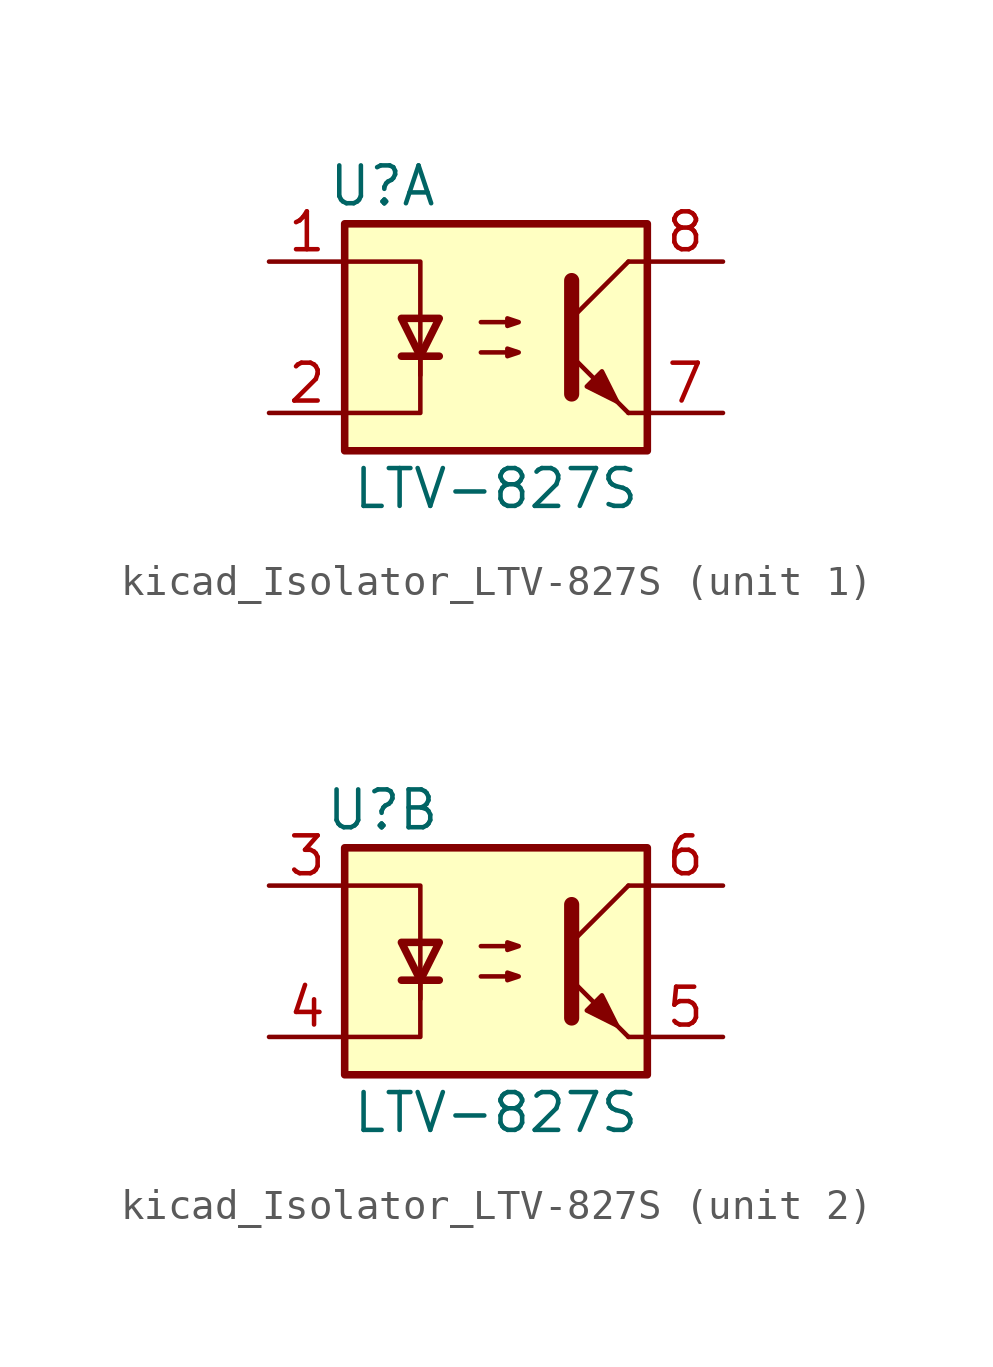
<source format=kicad_sym>
(kicad_symbol_lib
  (version 20220914)
  (generator kicad_symbol_editor)
  (symbol "kicad_Isolator_LTV-827S"
    (pin_names
      (offset 1.016))
    (property "Reference" "U"
      (at -3.81 5.08 0)
      (effects (font (size 1.27 1.27))))
    (property "Value" "LTV-827S"
      (at 0 -5.08 0)
      (effects (font (size 1.27 1.27))))
    (symbol "kicad_Isolator_LTV-827S_0_1"
      (rectangle (start -5.08 3.81) (end 5.08 -3.81) (stroke (width 0.254) (type default)) (fill (type background)))
      (polyline (pts (xy -3.175 -0.635) (xy -1.905 -0.635)) (stroke (width 0.254) (type default)) (fill (type none)))
      (polyline (pts (xy 2.54 0.635) (xy 4.445 2.54)) (stroke (width 0) (type default)) (fill (type none)))
      (polyline (pts (xy 4.445 -2.54) (xy 2.54 -0.635)) (stroke (width 0) (type default)) (fill (type outline)))
      (polyline (pts (xy 4.445 -2.54) (xy 5.08 -2.54)) (stroke (width 0) (type default)) (fill (type none)))
      (polyline (pts (xy 4.445 2.54) (xy 5.08 2.54)) (stroke (width 0) (type default)) (fill (type none)))
      (polyline (pts (xy -2.54 -0.635) (xy -2.54 -2.54) (xy -5.08 -2.54)) (stroke (width 0) (type default)) (fill (type none)))
      (polyline (pts (xy 2.54 1.905) (xy 2.54 -1.905) (xy 2.54 -1.905)) (stroke (width 0.508) (type default)) (fill (type none)))
      (polyline (pts (xy -5.08 2.54) (xy -2.54 2.54) (xy -2.54 -1.27) (xy -2.54 0.635)) (stroke (width 0) (type default)) (fill (type none)))
      (polyline (pts (xy -2.54 -0.635) (xy -3.175 0.635) (xy -1.905 0.635) (xy -2.54 -0.635)) (stroke (width 0.254) (type default)) (fill (type none)))
      (polyline (pts (xy -0.508 -0.508) (xy 0.762 -0.508) (xy 0.381 -0.635) (xy 0.381 -0.381) (xy 0.762 -0.508)) (stroke (width 0) (type default)) (fill (type none)))
      (polyline (pts (xy -0.508 0.508) (xy 0.762 0.508) (xy 0.381 0.381) (xy 0.381 0.635) (xy 0.762 0.508)) (stroke (width 0) (type default)) (fill (type none)))
      (polyline (pts (xy 3.048 -1.651) (xy 3.556 -1.143) (xy 4.064 -2.159) (xy 3.048 -1.651) (xy 3.048 -1.651)) (stroke (width 0) (type default)) (fill (type outline))))
    (symbol "kicad_Isolator_LTV-827S_1_1"
      (pin passive line (at -7.62 2.54 0) (length 2.54) (name "~" (effects (font (size 1.27 1.27)))) (number "1" (effects (font (size 1.27 1.27)))))
      (pin passive line (at -7.62 -2.54 0) (length 2.54) (name "~" (effects (font (size 1.27 1.27)))) (number "2" (effects (font (size 1.27 1.27)))))
      (pin passive line (at 7.62 -2.54 180) (length 2.54) (name "~" (effects (font (size 1.27 1.27)))) (number "7" (effects (font (size 1.27 1.27)))))
      (pin passive line (at 7.62 2.54 180) (length 2.54) (name "~" (effects (font (size 1.27 1.27)))) (number "8" (effects (font (size 1.27 1.27))))))
    (symbol "kicad_Isolator_LTV-827S_2_1"
      (pin passive line (at -7.62 2.54 0) (length 2.54) (name "~" (effects (font (size 1.27 1.27)))) (number "3" (effects (font (size 1.27 1.27)))))
      (pin passive line (at -7.62 -2.54 0) (length 2.54) (name "~" (effects (font (size 1.27 1.27)))) (number "4" (effects (font (size 1.27 1.27)))))
      (pin passive line (at 7.62 -2.54 180) (length 2.54) (name "~" (effects (font (size 1.27 1.27)))) (number "5" (effects (font (size 1.27 1.27)))))
      (pin passive line (at 7.62 2.54 180) (length 2.54) (name "~" (effects (font (size 1.27 1.27)))) (number "6" (effects (font (size 1.27 1.27))))))))
</source>
